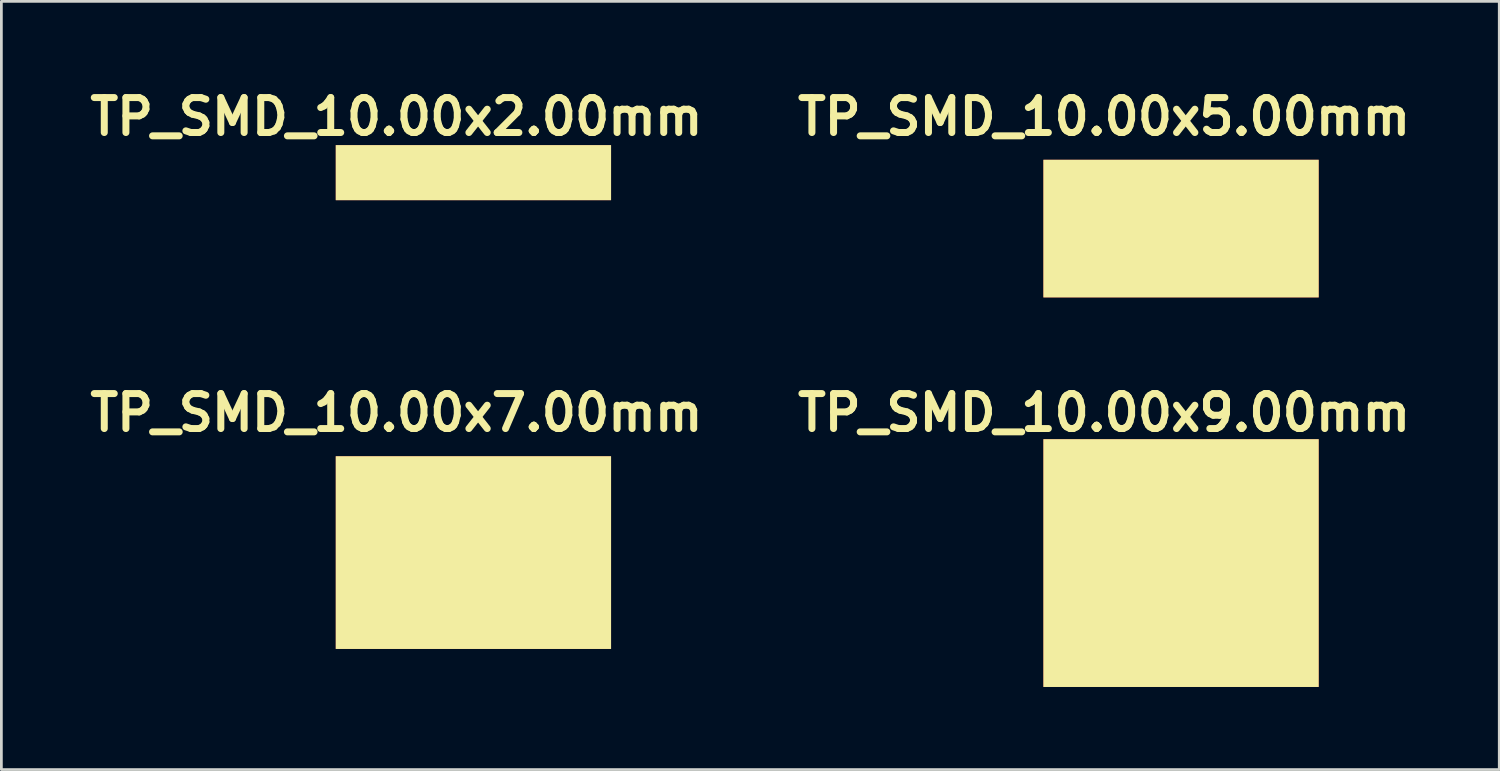
<source format=kicad_pcb>
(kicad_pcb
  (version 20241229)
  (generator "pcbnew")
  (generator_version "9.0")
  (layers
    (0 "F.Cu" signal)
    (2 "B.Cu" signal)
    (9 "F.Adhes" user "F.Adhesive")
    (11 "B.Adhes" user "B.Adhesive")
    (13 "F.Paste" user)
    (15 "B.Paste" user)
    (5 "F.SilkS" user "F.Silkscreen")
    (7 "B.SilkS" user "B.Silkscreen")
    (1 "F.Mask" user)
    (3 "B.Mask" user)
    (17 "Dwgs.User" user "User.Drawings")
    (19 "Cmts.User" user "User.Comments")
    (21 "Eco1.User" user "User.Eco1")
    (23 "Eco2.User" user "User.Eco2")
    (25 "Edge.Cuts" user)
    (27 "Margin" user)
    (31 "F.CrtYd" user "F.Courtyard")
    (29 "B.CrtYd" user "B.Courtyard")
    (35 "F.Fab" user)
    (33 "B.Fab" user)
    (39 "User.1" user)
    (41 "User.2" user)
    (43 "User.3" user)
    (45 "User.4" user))
  (footprint "TP_SMD_10.00x2.00mm"
    (layer "F.Cu")
    (at 14.145 3.221)
    (property "Reference" "TP_SMD_10.00x2.00mm" (at -2.794 -2.032 0) (layer "F.SilkS") (effects (font (size 1.27 1.27) (thickness 0.254))))
    (attr exclude_from_pos_files exclude_from_bom)
    (pad "1" smd rect (at 0 0) (size 10 2) (layers "F.Cu" "F.Mask" "F.SilkS")))
  (footprint "TP_SMD_10.00x5.00mm"
    (layer "F.Cu")
    (at 39.848 5.253)
    (property "Reference" "TP_SMD_10.00x5.00mm" (at -2.794 -4.064 0) (layer "F.SilkS") (effects (font (size 1.27 1.27) (thickness 0.254))))
    (attr exclude_from_pos_files exclude_from_bom)
    (pad "1" smd rect (at 0 0) (size 10 5) (layers "F.Cu" "F.Mask" "F.SilkS")))
  (footprint "TP_SMD_10.00x7.00mm"
    (layer "F.Cu")
    (at 14.145 17.021)
    (property "Reference" "TP_SMD_10.00x7.00mm" (at -2.794 -5.08 0) (layer "F.SilkS") (effects (font (size 1.27 1.27) (thickness 0.254))))
    (attr exclude_from_pos_files exclude_from_bom)
    (pad "1" smd rect (at 0 0) (size 10 7) (layers "F.Cu" "F.Mask" "F.SilkS")))
  (footprint "TP_SMD_10.00x9.00mm"
    (layer "F.Cu")
    (at 39.848 17.402)
    (property "Reference" "TP_SMD_10.00x9.00mm" (at -2.794 -5.461 0) (layer "F.SilkS") (effects (font (size 1.27 1.27) (thickness 0.254))))
    (attr exclude_from_pos_files exclude_from_bom)
    (pad "1" smd rect (at 0 0) (size 10 9) (layers "F.Cu" "F.Mask" "F.SilkS")))
  (gr_rect
    (start -3 -3)
    (end 51.406 24.902)
    (stroke (width 0.1) (type default))
    (fill no)
    (layer "Edge.Cuts")))
</source>
